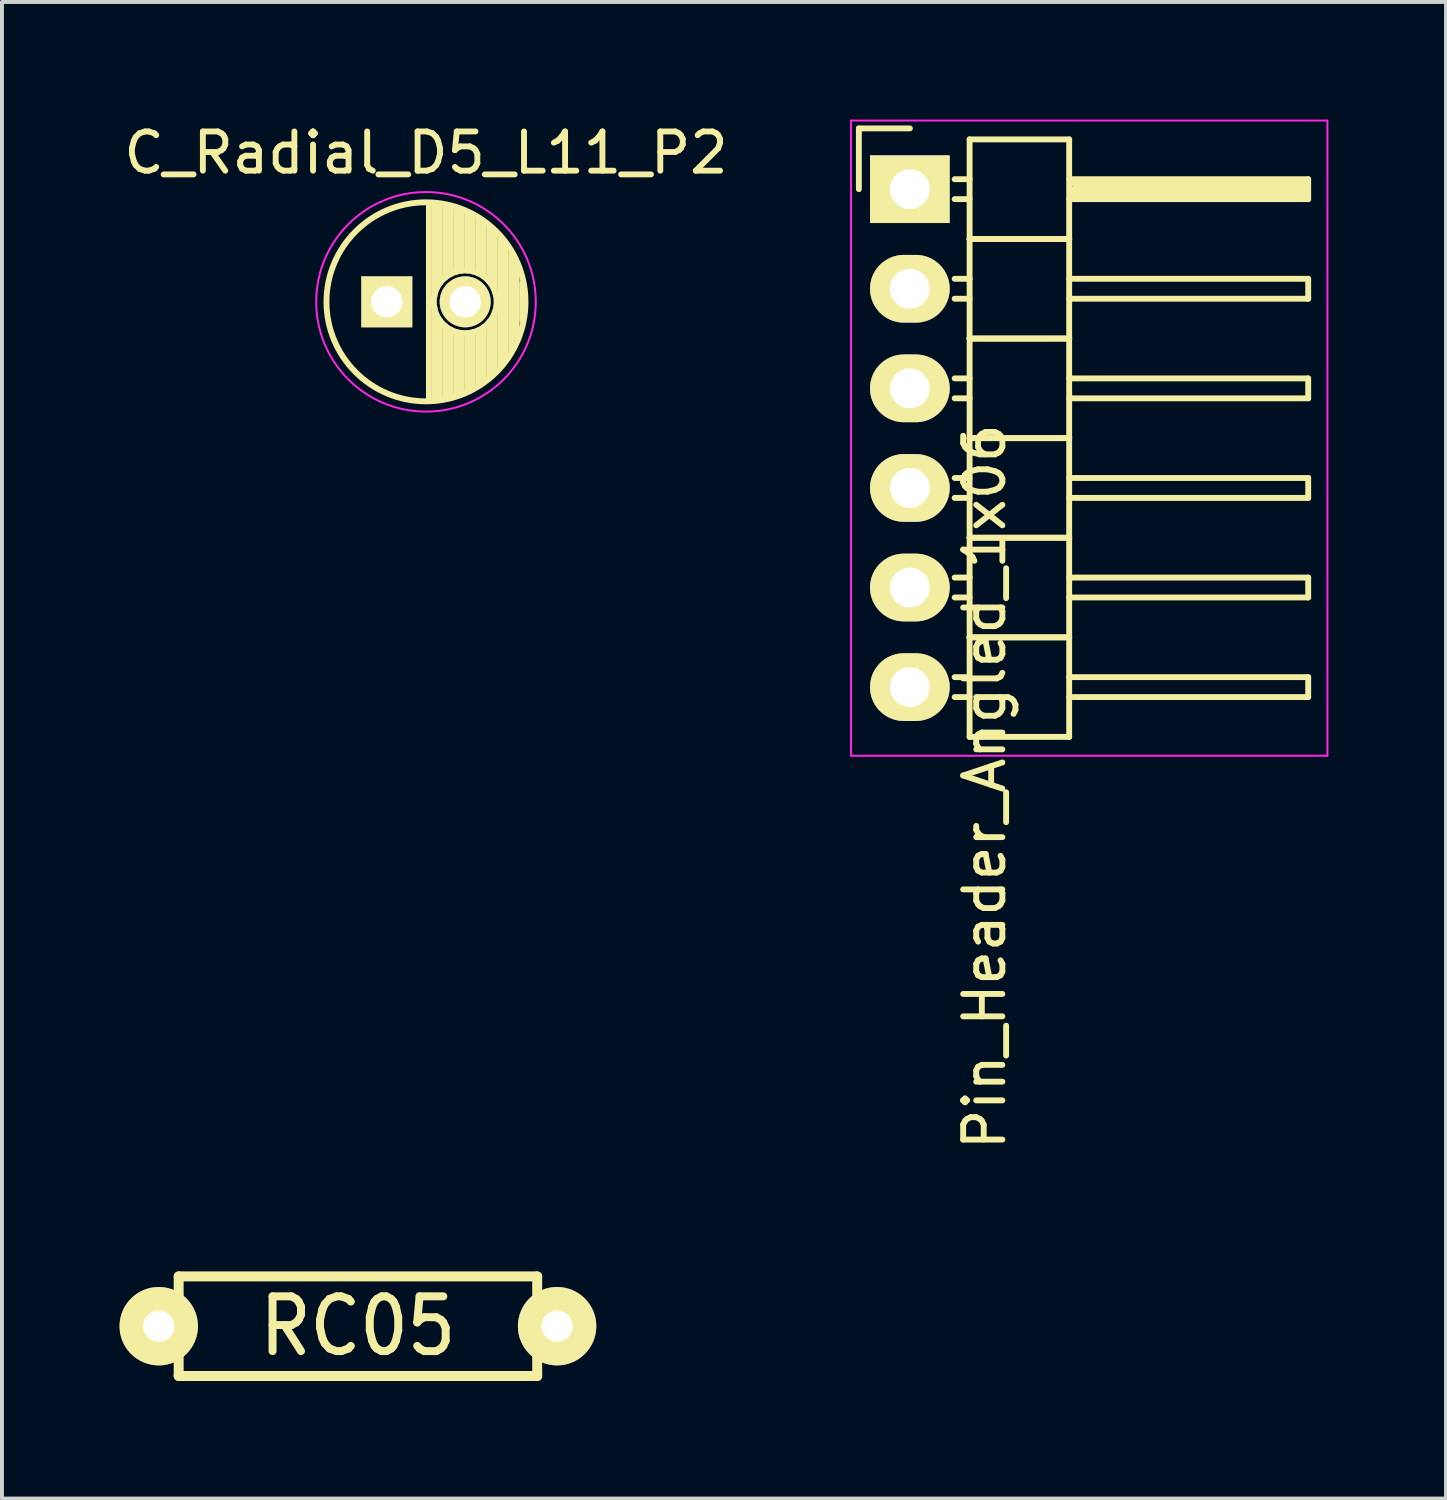
<source format=kicad_pcb>
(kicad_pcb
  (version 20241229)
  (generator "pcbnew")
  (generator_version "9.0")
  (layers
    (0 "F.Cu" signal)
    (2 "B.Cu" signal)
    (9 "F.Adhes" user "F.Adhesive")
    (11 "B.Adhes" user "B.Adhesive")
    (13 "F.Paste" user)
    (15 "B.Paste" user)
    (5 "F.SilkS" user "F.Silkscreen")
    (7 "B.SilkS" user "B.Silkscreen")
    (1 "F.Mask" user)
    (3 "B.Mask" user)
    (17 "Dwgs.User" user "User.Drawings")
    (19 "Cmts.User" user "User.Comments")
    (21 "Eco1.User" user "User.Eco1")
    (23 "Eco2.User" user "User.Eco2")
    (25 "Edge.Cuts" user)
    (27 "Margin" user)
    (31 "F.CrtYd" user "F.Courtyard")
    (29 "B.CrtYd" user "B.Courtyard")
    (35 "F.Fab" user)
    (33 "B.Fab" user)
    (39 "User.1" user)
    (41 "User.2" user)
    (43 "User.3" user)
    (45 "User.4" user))
  (footprint "C_Radial_D5_L11_P2"
    (layer "F.Cu")
    (at 6.815 4.648)
    (property "Reference" "C_Radial_D5_L11_P2" (at 1 -3.8 0) (layer "F.SilkS") (effects (font (size 1 1) (thickness 0.15))))
    (attr through_hole)
    (fp_line (start 1.075 -2.499) (end 1.075 2.499) (stroke (width 0.15) (type solid)) (layer "F.SilkS"))
    (fp_line (start 1.215 -2.491) (end 1.215 -0.154) (stroke (width 0.15) (type solid)) (layer "F.SilkS"))
    (fp_line (start 1.215 0.154) (end 1.215 2.491) (stroke (width 0.15) (type solid)) (layer "F.SilkS"))
    (fp_line (start 1.355 -2.475) (end 1.355 -0.473) (stroke (width 0.15) (type solid)) (layer "F.SilkS"))
    (fp_line (start 1.355 0.473) (end 1.355 2.475) (stroke (width 0.15) (type solid)) (layer "F.SilkS"))
    (fp_line (start 1.495 -2.451) (end 1.495 -0.62) (stroke (width 0.15) (type solid)) (layer "F.SilkS"))
    (fp_line (start 1.495 0.62) (end 1.495 2.451) (stroke (width 0.15) (type solid)) (layer "F.SilkS"))
    (fp_line (start 1.635 -2.418) (end 1.635 -0.712) (stroke (width 0.15) (type solid)) (layer "F.SilkS"))
    (fp_line (start 1.635 0.712) (end 1.635 2.418) (stroke (width 0.15) (type solid)) (layer "F.SilkS"))
    (fp_line (start 1.775 -2.377) (end 1.775 -0.768) (stroke (width 0.15) (type solid)) (layer "F.SilkS"))
    (fp_line (start 1.775 0.768) (end 1.775 2.377) (stroke (width 0.15) (type solid)) (layer "F.SilkS"))
    (fp_line (start 1.915 -2.327) (end 1.915 -0.795) (stroke (width 0.15) (type solid)) (layer "F.SilkS"))
    (fp_line (start 1.915 0.795) (end 1.915 2.327) (stroke (width 0.15) (type solid)) (layer "F.SilkS"))
    (fp_line (start 2.055 -2.266) (end 2.055 -0.798) (stroke (width 0.15) (type solid)) (layer "F.SilkS"))
    (fp_line (start 2.055 0.798) (end 2.055 2.266) (stroke (width 0.15) (type solid)) (layer "F.SilkS"))
    (fp_line (start 2.195 -2.196) (end 2.195 -0.776) (stroke (width 0.15) (type solid)) (layer "F.SilkS"))
    (fp_line (start 2.195 0.776) (end 2.195 2.196) (stroke (width 0.15) (type solid)) (layer "F.SilkS"))
    (fp_line (start 2.335 -2.114) (end 2.335 -0.726) (stroke (width 0.15) (type solid)) (layer "F.SilkS"))
    (fp_line (start 2.335 0.726) (end 2.335 2.114) (stroke (width 0.15) (type solid)) (layer "F.SilkS"))
    (fp_line (start 2.475 -2.019) (end 2.475 -0.644) (stroke (width 0.15) (type solid)) (layer "F.SilkS"))
    (fp_line (start 2.475 0.644) (end 2.475 2.019) (stroke (width 0.15) (type solid)) (layer "F.SilkS"))
    (fp_line (start 2.615 -1.908) (end 2.615 -0.512) (stroke (width 0.15) (type solid)) (layer "F.SilkS"))
    (fp_line (start 2.615 0.512) (end 2.615 1.908) (stroke (width 0.15) (type solid)) (layer "F.SilkS"))
    (fp_line (start 2.755 -1.78) (end 2.755 -0.265) (stroke (width 0.15) (type solid)) (layer "F.SilkS"))
    (fp_line (start 2.755 0.265) (end 2.755 1.78) (stroke (width 0.15) (type solid)) (layer "F.SilkS"))
    (fp_line (start 2.895 -1.631) (end 2.895 1.631) (stroke (width 0.15) (type solid)) (layer "F.SilkS"))
    (fp_line (start 3.035 -1.452) (end 3.035 1.452) (stroke (width 0.15) (type solid)) (layer "F.SilkS"))
    (fp_line (start 3.175 -1.233) (end 3.175 1.233) (stroke (width 0.15) (type solid)) (layer "F.SilkS"))
    (fp_line (start 3.315 -0.944) (end 3.315 0.944) (stroke (width 0.15) (type solid)) (layer "F.SilkS"))
    (fp_line (start 3.455 -0.472) (end 3.455 0.472) (stroke (width 0.15) (type solid)) (layer "F.SilkS"))
    (fp_circle (center 1 0) (end 1 -2.538) (stroke (width 0.15) (type solid)) (fill no) (layer "F.SilkS"))
    (fp_circle (center 2 0) (end 2 -0.8) (stroke (width 0.15) (type solid)) (fill no) (layer "F.SilkS"))
    (fp_circle (center 1 0) (end 1 -2.8) (stroke (width 0.05) (type solid)) (fill no) (layer "F.CrtYd"))
    (pad "1" thru_hole rect (at 0 0) (size 1.3 1.3) (drill 0.8) (layers "*.Cu" "*.Mask" "F.SilkS"))
    (pad "2" thru_hole circle (at 2 0) (size 1.3 1.3) (drill 0.8) (layers "*.Cu" "*.Mask" "F.SilkS")))
  (footprint "Pin_Header_Angled_1x06"
    (layer "F.Cu")
    (at 20.156 1.775)
    (property "Reference" "Pin_Header_Angled_1x06" (at 1.905 15.24 90) (layer "F.SilkS") (effects (font (size 1 1) (thickness 0.15))))
    (attr through_hole)
    (fp_line (start -1.3 -1.55) (end -1.3 0) (stroke (width 0.15) (type solid)) (layer "F.SilkS"))
    (fp_line (start 0 -1.55) (end -1.3 -1.55) (stroke (width 0.15) (type solid)) (layer "F.SilkS"))
    (fp_line (start 1.524 -1.27) (end 1.524 1.27) (stroke (width 0.15) (type solid)) (layer "F.SilkS"))
    (fp_line (start 1.524 -1.27) (end 4.064 -1.27) (stroke (width 0.15) (type solid)) (layer "F.SilkS"))
    (fp_line (start 1.524 -0.254) (end 1.143 -0.254) (stroke (width 0.15) (type solid)) (layer "F.SilkS"))
    (fp_line (start 1.524 0.254) (end 1.143 0.254) (stroke (width 0.15) (type solid)) (layer "F.SilkS"))
    (fp_line (start 1.524 1.27) (end 1.524 3.81) (stroke (width 0.15) (type solid)) (layer "F.SilkS"))
    (fp_line (start 1.524 1.27) (end 4.064 1.27) (stroke (width 0.15) (type solid)) (layer "F.SilkS"))
    (fp_line (start 1.524 1.27) (end 4.064 1.27) (stroke (width 0.15) (type solid)) (layer "F.SilkS"))
    (fp_line (start 1.524 2.286) (end 1.143 2.286) (stroke (width 0.15) (type solid)) (layer "F.SilkS"))
    (fp_line (start 1.524 2.794) (end 1.143 2.794) (stroke (width 0.15) (type solid)) (layer "F.SilkS"))
    (fp_line (start 1.524 3.81) (end 1.524 6.35) (stroke (width 0.15) (type solid)) (layer "F.SilkS"))
    (fp_line (start 1.524 3.81) (end 4.064 3.81) (stroke (width 0.15) (type solid)) (layer "F.SilkS"))
    (fp_line (start 1.524 3.81) (end 4.064 3.81) (stroke (width 0.15) (type solid)) (layer "F.SilkS"))
    (fp_line (start 1.524 4.826) (end 1.143 4.826) (stroke (width 0.15) (type solid)) (layer "F.SilkS"))
    (fp_line (start 1.524 5.334) (end 1.143 5.334) (stroke (width 0.15) (type solid)) (layer "F.SilkS"))
    (fp_line (start 1.524 6.35) (end 1.524 8.89) (stroke (width 0.15) (type solid)) (layer "F.SilkS"))
    (fp_line (start 1.524 6.35) (end 4.064 6.35) (stroke (width 0.15) (type solid)) (layer "F.SilkS"))
    (fp_line (start 1.524 6.35) (end 4.064 6.35) (stroke (width 0.15) (type solid)) (layer "F.SilkS"))
    (fp_line (start 1.524 7.366) (end 1.143 7.366) (stroke (width 0.15) (type solid)) (layer "F.SilkS"))
    (fp_line (start 1.524 7.874) (end 1.143 7.874) (stroke (width 0.15) (type solid)) (layer "F.SilkS"))
    (fp_line (start 1.524 8.89) (end 1.524 11.43) (stroke (width 0.15) (type solid)) (layer "F.SilkS"))
    (fp_line (start 1.524 8.89) (end 4.064 8.89) (stroke (width 0.15) (type solid)) (layer "F.SilkS"))
    (fp_line (start 1.524 8.89) (end 4.064 8.89) (stroke (width 0.15) (type solid)) (layer "F.SilkS"))
    (fp_line (start 1.524 9.906) (end 1.143 9.906) (stroke (width 0.15) (type solid)) (layer "F.SilkS"))
    (fp_line (start 1.524 10.414) (end 1.143 10.414) (stroke (width 0.15) (type solid)) (layer "F.SilkS"))
    (fp_line (start 1.524 11.43) (end 1.524 13.97) (stroke (width 0.15) (type solid)) (layer "F.SilkS"))
    (fp_line (start 1.524 11.43) (end 4.064 11.43) (stroke (width 0.15) (type solid)) (layer "F.SilkS"))
    (fp_line (start 1.524 11.43) (end 4.064 11.43) (stroke (width 0.15) (type solid)) (layer "F.SilkS"))
    (fp_line (start 1.524 12.446) (end 1.143 12.446) (stroke (width 0.15) (type solid)) (layer "F.SilkS"))
    (fp_line (start 1.524 12.954) (end 1.143 12.954) (stroke (width 0.15) (type solid)) (layer "F.SilkS"))
    (fp_line (start 1.524 13.97) (end 4.064 13.97) (stroke (width 0.15) (type solid)) (layer "F.SilkS"))
    (fp_line (start 4.064 -0.254) (end 10.16 -0.254) (stroke (width 0.15) (type solid)) (layer "F.SilkS"))
    (fp_line (start 4.064 1.27) (end 4.064 -1.27) (stroke (width 0.15) (type solid)) (layer "F.SilkS"))
    (fp_line (start 4.064 2.286) (end 10.16 2.286) (stroke (width 0.15) (type solid)) (layer "F.SilkS"))
    (fp_line (start 4.064 3.81) (end 4.064 1.27) (stroke (width 0.15) (type solid)) (layer "F.SilkS"))
    (fp_line (start 4.064 4.826) (end 10.16 4.826) (stroke (width 0.15) (type solid)) (layer "F.SilkS"))
    (fp_line (start 4.064 6.35) (end 4.064 3.81) (stroke (width 0.15) (type solid)) (layer "F.SilkS"))
    (fp_line (start 4.064 7.366) (end 10.16 7.366) (stroke (width 0.15) (type solid)) (layer "F.SilkS"))
    (fp_line (start 4.064 8.89) (end 4.064 6.35) (stroke (width 0.15) (type solid)) (layer "F.SilkS"))
    (fp_line (start 4.064 9.906) (end 10.16 9.906) (stroke (width 0.15) (type solid)) (layer "F.SilkS"))
    (fp_line (start 4.064 11.43) (end 4.064 8.89) (stroke (width 0.15) (type solid)) (layer "F.SilkS"))
    (fp_line (start 4.064 12.446) (end 10.16 12.446) (stroke (width 0.15) (type solid)) (layer "F.SilkS"))
    (fp_line (start 4.064 13.97) (end 4.064 11.43) (stroke (width 0.15) (type solid)) (layer "F.SilkS"))
    (fp_line (start 4.191 -0.127) (end 10.033 -0.127) (stroke (width 0.15) (type solid)) (layer "F.SilkS"))
    (fp_line (start 4.191 0) (end 10.033 0) (stroke (width 0.15) (type solid)) (layer "F.SilkS"))
    (fp_line (start 4.191 0.127) (end 4.191 0) (stroke (width 0.15) (type solid)) (layer "F.SilkS"))
    (fp_line (start 10.033 -0.127) (end 10.033 0.127) (stroke (width 0.15) (type solid)) (layer "F.SilkS"))
    (fp_line (start 10.033 0.127) (end 4.191 0.127) (stroke (width 0.15) (type solid)) (layer "F.SilkS"))
    (fp_line (start 10.16 -0.254) (end 10.16 0.254) (stroke (width 0.15) (type solid)) (layer "F.SilkS"))
    (fp_line (start 10.16 0.254) (end 4.064 0.254) (stroke (width 0.15) (type solid)) (layer "F.SilkS"))
    (fp_line (start 10.16 2.286) (end 10.16 2.794) (stroke (width 0.15) (type solid)) (layer "F.SilkS"))
    (fp_line (start 10.16 2.794) (end 4.064 2.794) (stroke (width 0.15) (type solid)) (layer "F.SilkS"))
    (fp_line (start 10.16 4.826) (end 10.16 5.334) (stroke (width 0.15) (type solid)) (layer "F.SilkS"))
    (fp_line (start 10.16 5.334) (end 4.064 5.334) (stroke (width 0.15) (type solid)) (layer "F.SilkS"))
    (fp_line (start 10.16 7.366) (end 10.16 7.874) (stroke (width 0.15) (type solid)) (layer "F.SilkS"))
    (fp_line (start 10.16 7.874) (end 4.064 7.874) (stroke (width 0.15) (type solid)) (layer "F.SilkS"))
    (fp_line (start 10.16 9.906) (end 10.16 10.414) (stroke (width 0.15) (type solid)) (layer "F.SilkS"))
    (fp_line (start 10.16 10.414) (end 4.064 10.414) (stroke (width 0.15) (type solid)) (layer "F.SilkS"))
    (fp_line (start 10.16 12.446) (end 10.16 12.954) (stroke (width 0.15) (type solid)) (layer "F.SilkS"))
    (fp_line (start 10.16 12.954) (end 4.064 12.954) (stroke (width 0.15) (type solid)) (layer "F.SilkS"))
    (fp_line (start -1.5 -1.75) (end -1.5 14.45) (stroke (width 0.05) (type solid)) (layer "F.CrtYd"))
    (fp_line (start -1.5 -1.75) (end 10.65 -1.75) (stroke (width 0.05) (type solid)) (layer "F.CrtYd"))
    (fp_line (start -1.5 14.45) (end 10.65 14.45) (stroke (width 0.05) (type solid)) (layer "F.CrtYd"))
    (fp_line (start 10.65 -1.75) (end 10.65 14.45) (stroke (width 0.05) (type solid)) (layer "F.CrtYd"))
    (pad "1" thru_hole rect (at 0 0) (size 2.032 1.727) (drill 1.016) (layers "*.Cu" "*.Mask" "F.SilkS"))
    (pad "2" thru_hole oval (at 0 2.54) (size 2.032 1.727) (drill 1.016) (layers "*.Cu" "*.Mask" "F.SilkS"))
    (pad "3" thru_hole oval (at 0 5.08) (size 2.032 1.727) (drill 1.016) (layers "*.Cu" "*.Mask" "F.SilkS"))
    (pad "4" thru_hole oval (at 0 7.62) (size 2.032 1.727) (drill 1.016) (layers "*.Cu" "*.Mask" "F.SilkS"))
    (pad "5" thru_hole oval (at 0 10.16) (size 2.032 1.727) (drill 1.016) (layers "*.Cu" "*.Mask" "F.SilkS"))
    (pad "6" thru_hole oval (at 0 12.7) (size 2.032 1.727) (drill 1.016) (layers "*.Cu" "*.Mask" "F.SilkS")))
  (footprint "RC05"
    (layer "F.Cu")
    (at 6.079 30.775)
    (property "Reference" "RC05" (at 0 0 0) (layer "F.SilkS") (effects (font (size 1.397 1.27) (thickness 0.203))))
    (attr through_hole)
    (fp_line (start -5.08 0) (end -4.572 0) (stroke (width 0.305) (type solid)) (layer "F.SilkS"))
    (fp_line (start -4.572 -1.27) (end 4.572 -1.27) (stroke (width 0.254) (type solid)) (layer "F.SilkS"))
    (fp_line (start -4.572 1.27) (end -4.572 -1.27) (stroke (width 0.254) (type solid)) (layer "F.SilkS"))
    (fp_line (start 4.572 -1.27) (end 4.572 1.27) (stroke (width 0.254) (type solid)) (layer "F.SilkS"))
    (fp_line (start 4.572 1.27) (end -4.572 1.27) (stroke (width 0.254) (type solid)) (layer "F.SilkS"))
    (fp_line (start 5.08 0) (end 4.572 0) (stroke (width 0.305) (type solid)) (layer "F.SilkS"))
    (pad "1" thru_hole circle (at -5.08 0) (size 1.999 1.999) (drill 0.8) (layers "*.Cu" "*.Mask" "F.SilkS"))
    (pad "2" thru_hole circle (at 5.08 0) (size 1.999 1.999) (drill 0.8) (layers "*.Cu" "*.Mask" "F.SilkS")))
  (gr_rect
    (start -3 -3)
    (end 33.831 35.172)
    (stroke (width 0.1) (type default))
    (fill no)
    (layer "Edge.Cuts")))
</source>
